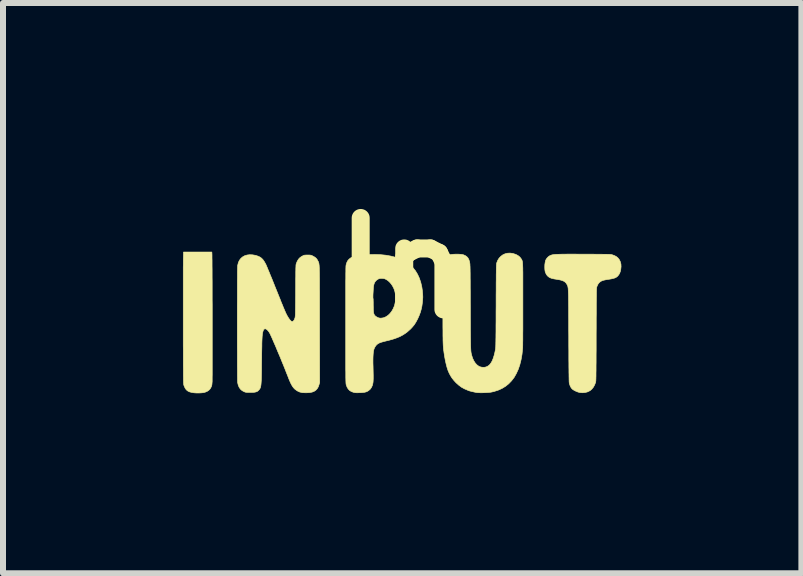
<source format=kicad_pcb>
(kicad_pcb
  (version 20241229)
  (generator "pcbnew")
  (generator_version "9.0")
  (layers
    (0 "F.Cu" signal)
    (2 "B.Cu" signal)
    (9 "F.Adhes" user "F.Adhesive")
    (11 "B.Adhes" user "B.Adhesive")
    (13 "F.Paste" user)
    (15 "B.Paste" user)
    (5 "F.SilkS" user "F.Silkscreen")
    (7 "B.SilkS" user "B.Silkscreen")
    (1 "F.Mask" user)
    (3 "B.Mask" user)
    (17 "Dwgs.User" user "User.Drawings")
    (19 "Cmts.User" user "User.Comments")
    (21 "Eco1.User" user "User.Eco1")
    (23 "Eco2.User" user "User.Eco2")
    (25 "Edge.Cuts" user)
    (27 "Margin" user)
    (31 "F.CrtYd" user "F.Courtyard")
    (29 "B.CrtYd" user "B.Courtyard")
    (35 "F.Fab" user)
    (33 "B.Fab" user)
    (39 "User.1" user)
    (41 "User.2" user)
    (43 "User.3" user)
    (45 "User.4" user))
  (footprint "In"
    (layer "F.Cu")
    (at 3.652 1.418)
    (property "Reference" "In" (at 0 0 0) (layer "F.SilkS") (effects (font (size 1.524 1.524) (thickness 0.3))))
    (attr through_hole)
    (fp_poly (pts (xy -3.169 -0.244) (xy -3.169 -0.236) (xy -3.168 -0.22) (xy -3.168 -0.196) (xy -3.168 -0.165) (xy -3.167 -0.127) (xy -3.167 -0.082) (xy -3.167 -0.032) (xy -3.166 0.024) (xy -3.166 0.085) (xy -3.166 0.151) (xy -3.165 0.22) (xy -3.165 0.293) (xy -3.165 0.369) (xy -3.165 0.448) (xy -3.165 0.529) (xy -3.164 0.612) (xy -3.164 0.696) (xy -3.164 0.78) (xy -3.164 0.865) (xy -3.164 0.95) (xy -3.164 1.034) (xy -3.164 1.117) (xy -3.164 1.198) (xy -3.164 1.277) (xy -3.164 1.354) (xy -3.164 1.427) (xy -3.164 1.497) (xy -3.164 1.564) (xy -3.164 1.625) (xy -3.164 1.682) (xy -3.164 1.733) (xy -3.164 1.779) (xy -3.165 1.818) (xy -3.165 1.85) (xy -3.165 1.875) (xy -3.165 1.893) (xy -3.166 1.902) (xy -3.166 1.902) (xy -3.168 1.927) (xy -3.17 1.946) (xy -3.173 1.961) (xy -3.178 1.973) (xy -3.183 1.986) (xy -3.199 2.014) (xy -3.22 2.036) (xy -3.247 2.055) (xy -3.28 2.069) (xy -3.293 2.073) (xy -3.311 2.077) (xy -3.335 2.08) (xy -3.363 2.082) (xy -3.394 2.083) (xy -3.425 2.083) (xy -3.454 2.081) (xy -3.468 2.08) (xy -3.511 2.073) (xy -3.546 2.063) (xy -3.575 2.048) (xy -3.598 2.028) (xy -3.616 2.002) (xy -3.631 1.97) (xy -3.638 1.951) (xy -3.639 1.948) (xy -3.639 1.944) (xy -3.64 1.939) (xy -3.641 1.933) (xy -3.641 1.925) (xy -3.642 1.915) (xy -3.643 1.903) (xy -3.643 1.888) (xy -3.644 1.87) (xy -3.644 1.849) (xy -3.644 1.824) (xy -3.645 1.795) (xy -3.645 1.761) (xy -3.645 1.723) (xy -3.645 1.679) (xy -3.646 1.63) (xy -3.646 1.575) (xy -3.646 1.514) (xy -3.646 1.447) (xy -3.646 1.372) (xy -3.647 1.29) (xy -3.647 1.201) (xy -3.647 1.103) (xy -3.647 0.997) (xy -3.647 0.966) (xy -3.647 0.873) (xy -3.647 0.781) (xy -3.647 0.69) (xy -3.647 0.602) (xy -3.647 0.517) (xy -3.647 0.435) (xy -3.647 0.356) (xy -3.647 0.281) (xy -3.647 0.211) (xy -3.647 0.146) (xy -3.647 0.086) (xy -3.647 0.032) (xy -3.647 -0.015) (xy -3.646 -0.056) (xy -3.646 -0.089) (xy -3.646 -0.114) (xy -3.646 -0.13) (xy -3.643 -0.267) (xy -3.171 -0.267) (xy -3.169 -0.244)) (stroke (width 0.01) (type solid)) (fill yes) (layer "F.SilkS"))
    (fp_poly (pts (xy 2.879 -0.232) (xy 2.948 -0.231) (xy 3.025 -0.231) (xy 3.037 -0.231) (xy 3.109 -0.231) (xy 3.173 -0.231) (xy 3.229 -0.23) (xy 3.278 -0.23) (xy 3.321 -0.23) (xy 3.357 -0.229) (xy 3.388 -0.229) (xy 3.413 -0.229) (xy 3.435 -0.228) (xy 3.452 -0.228) (xy 3.466 -0.227) (xy 3.477 -0.226) (xy 3.485 -0.225) (xy 3.492 -0.224) (xy 3.497 -0.223) (xy 3.501 -0.222) (xy 3.542 -0.207) (xy 3.575 -0.189) (xy 3.602 -0.165) (xy 3.622 -0.139) (xy 3.639 -0.104) (xy 3.649 -0.065) (xy 3.651 -0.022) (xy 3.646 0.023) (xy 3.638 0.059) (xy 3.627 0.088) (xy 3.613 0.112) (xy 3.6 0.128) (xy 3.587 0.142) (xy 3.573 0.152) (xy 3.558 0.161) (xy 3.54 0.168) (xy 3.517 0.174) (xy 3.488 0.181) (xy 3.452 0.187) (xy 3.444 0.188) (xy 3.416 0.192) (xy 3.39 0.197) (xy 3.368 0.202) (xy 3.351 0.206) (xy 3.341 0.209) (xy 3.31 0.224) (xy 3.285 0.245) (xy 3.265 0.272) (xy 3.25 0.305) (xy 3.246 0.318) (xy 3.245 0.321) (xy 3.244 0.326) (xy 3.243 0.333) (xy 3.243 0.342) (xy 3.242 0.353) (xy 3.241 0.368) (xy 3.241 0.385) (xy 3.24 0.407) (xy 3.24 0.433) (xy 3.24 0.463) (xy 3.239 0.498) (xy 3.239 0.538) (xy 3.238 0.584) (xy 3.238 0.636) (xy 3.238 0.695) (xy 3.238 0.76) (xy 3.237 0.833) (xy 3.237 0.913) (xy 3.237 1) (xy 3.236 1.097) (xy 3.236 1.11) (xy 3.236 1.207) (xy 3.236 1.295) (xy 3.236 1.375) (xy 3.235 1.448) (xy 3.235 1.514) (xy 3.235 1.573) (xy 3.234 1.625) (xy 3.234 1.671) (xy 3.234 1.712) (xy 3.233 1.747) (xy 3.233 1.778) (xy 3.233 1.804) (xy 3.232 1.827) (xy 3.232 1.845) (xy 3.231 1.86) (xy 3.231 1.873) (xy 3.23 1.883) (xy 3.229 1.891) (xy 3.228 1.897) (xy 3.228 1.902) (xy 3.227 1.905) (xy 3.226 1.907) (xy 3.21 1.949) (xy 3.189 1.987) (xy 3.163 2.019) (xy 3.134 2.044) (xy 3.126 2.048) (xy 3.091 2.065) (xy 3.052 2.075) (xy 3.01 2.079) (xy 2.969 2.076) (xy 2.968 2.076) (xy 2.934 2.068) (xy 2.901 2.055) (xy 2.87 2.04) (xy 2.844 2.023) (xy 2.83 2.01) (xy 2.813 1.986) (xy 2.799 1.956) (xy 2.789 1.923) (xy 2.787 1.917) (xy 2.787 1.911) (xy 2.786 1.903) (xy 2.785 1.891) (xy 2.785 1.876) (xy 2.784 1.858) (xy 2.784 1.835) (xy 2.783 1.807) (xy 2.783 1.775) (xy 2.782 1.737) (xy 2.782 1.693) (xy 2.781 1.644) (xy 2.781 1.588) (xy 2.78 1.526) (xy 2.78 1.456) (xy 2.78 1.379) (xy 2.779 1.295) (xy 2.779 1.202) (xy 2.779 1.132) (xy 2.778 1.034) (xy 2.778 0.943) (xy 2.778 0.861) (xy 2.777 0.787) (xy 2.777 0.719) (xy 2.777 0.659) (xy 2.776 0.604) (xy 2.776 0.556) (xy 2.775 0.513) (xy 2.775 0.476) (xy 2.774 0.443) (xy 2.773 0.415) (xy 2.772 0.391) (xy 2.771 0.37) (xy 2.77 0.353) (xy 2.769 0.338) (xy 2.767 0.326) (xy 2.765 0.316) (xy 2.764 0.308) (xy 2.762 0.301) (xy 2.759 0.294) (xy 2.757 0.288) (xy 2.754 0.283) (xy 2.751 0.277) (xy 2.737 0.254) (xy 2.719 0.235) (xy 2.697 0.22) (xy 2.668 0.208) (xy 2.633 0.198) (xy 2.606 0.193) (xy 2.582 0.189) (xy 2.558 0.185) (xy 2.537 0.182) (xy 2.523 0.179) (xy 2.484 0.169) (xy 2.451 0.153) (xy 2.423 0.13) (xy 2.403 0.102) (xy 2.388 0.067) (xy 2.384 0.051) (xy 2.38 0.02) (xy 2.379 -0.017) (xy 2.38 -0.055) (xy 2.385 -0.091) (xy 2.392 -0.124) (xy 2.394 -0.128) (xy 2.403 -0.147) (xy 2.418 -0.167) (xy 2.435 -0.185) (xy 2.453 -0.199) (xy 2.458 -0.202) (xy 2.467 -0.207) (xy 2.477 -0.211) (xy 2.486 -0.215) (xy 2.497 -0.218) (xy 2.508 -0.221) (xy 2.522 -0.223) (xy 2.538 -0.225) (xy 2.557 -0.227) (xy 2.58 -0.228) (xy 2.606 -0.229) (xy 2.638 -0.23) (xy 2.674 -0.231) (xy 2.715 -0.231) (xy 2.763 -0.232) (xy 2.817 -0.232) (xy 2.879 -0.232)) (stroke (width 0.01) (type solid)) (fill yes) (layer "F.SilkS"))
    (fp_poly (pts (xy -0.361 -0.223) (xy -0.272 -0.214) (xy -0.187 -0.199) (xy -0.108 -0.179) (xy -0.035 -0.153) (xy 0.033 -0.121) (xy 0.079 -0.094) (xy 0.133 -0.055) (xy 0.18 -0.008) (xy 0.222 0.044) (xy 0.258 0.103) (xy 0.288 0.168) (xy 0.312 0.239) (xy 0.33 0.316) (xy 0.339 0.379) (xy 0.344 0.434) (xy 0.346 0.484) (xy 0.343 0.536) (xy 0.339 0.576) (xy 0.331 0.636) (xy 0.319 0.69) (xy 0.304 0.742) (xy 0.284 0.795) (xy 0.259 0.851) (xy 0.258 0.852) (xy 0.232 0.901) (xy 0.204 0.945) (xy 0.172 0.984) (xy 0.134 1.024) (xy 0.13 1.027) (xy 0.091 1.062) (xy 0.051 1.092) (xy 0.008 1.119) (xy -0.039 1.144) (xy -0.091 1.165) (xy -0.149 1.185) (xy -0.213 1.203) (xy -0.263 1.215) (xy -0.303 1.225) (xy -0.335 1.234) (xy -0.361 1.242) (xy -0.382 1.251) (xy -0.399 1.26) (xy -0.414 1.271) (xy -0.427 1.283) (xy -0.44 1.299) (xy -0.451 1.316) (xy -0.461 1.335) (xy -0.469 1.356) (xy -0.475 1.381) (xy -0.479 1.41) (xy -0.482 1.445) (xy -0.484 1.484) (xy -0.485 1.531) (xy -0.485 1.584) (xy -0.483 1.646) (xy -0.483 1.647) (xy -0.482 1.7) (xy -0.481 1.746) (xy -0.48 1.785) (xy -0.48 1.817) (xy -0.48 1.844) (xy -0.481 1.866) (xy -0.482 1.885) (xy -0.483 1.9) (xy -0.485 1.914) (xy -0.486 1.92) (xy -0.495 1.957) (xy -0.51 1.99) (xy -0.529 2.018) (xy -0.537 2.025) (xy -0.556 2.042) (xy -0.575 2.054) (xy -0.597 2.064) (xy -0.623 2.071) (xy -0.654 2.075) (xy -0.692 2.078) (xy -0.709 2.078) (xy -0.737 2.079) (xy -0.759 2.079) (xy -0.775 2.078) (xy -0.789 2.076) (xy -0.803 2.073) (xy -0.809 2.072) (xy -0.845 2.059) (xy -0.874 2.041) (xy -0.897 2.017) (xy -0.916 1.986) (xy -0.93 1.949) (xy -0.932 1.941) (xy -0.933 1.937) (xy -0.933 1.933) (xy -0.934 1.927) (xy -0.935 1.92) (xy -0.935 1.912) (xy -0.936 1.901) (xy -0.936 1.887) (xy -0.937 1.871) (xy -0.937 1.852) (xy -0.938 1.829) (xy -0.938 1.802) (xy -0.938 1.771) (xy -0.938 1.735) (xy -0.939 1.695) (xy -0.939 1.649) (xy -0.939 1.598) (xy -0.939 1.54) (xy -0.939 1.476) (xy -0.939 1.406) (xy -0.939 1.328) (xy -0.939 1.244) (xy -0.939 1.151) (xy -0.939 1.05) (xy -0.939 0.946) (xy -0.939 0.834) (xy -0.939 0.731) (xy -0.939 0.635) (xy -0.939 0.548) (xy -0.939 0.483) (xy -0.485 0.483) (xy -0.485 0.498) (xy -0.484 0.506) (xy -0.483 0.507) (xy -0.482 0.512) (xy -0.481 0.525) (xy -0.481 0.544) (xy -0.48 0.568) (xy -0.48 0.595) (xy -0.48 0.617) (xy -0.479 0.658) (xy -0.479 0.691) (xy -0.477 0.718) (xy -0.475 0.739) (xy -0.472 0.755) (xy -0.467 0.769) (xy -0.462 0.78) (xy -0.455 0.79) (xy -0.453 0.792) (xy -0.436 0.807) (xy -0.413 0.821) (xy -0.387 0.832) (xy -0.385 0.832) (xy -0.363 0.836) (xy -0.337 0.834) (xy -0.308 0.829) (xy -0.305 0.828) (xy -0.268 0.812) (xy -0.232 0.788) (xy -0.2 0.757) (xy -0.172 0.721) (xy -0.148 0.679) (xy -0.129 0.634) (xy -0.121 0.606) (xy -0.112 0.562) (xy -0.109 0.514) (xy -0.109 0.465) (xy -0.114 0.419) (xy -0.12 0.39) (xy -0.135 0.345) (xy -0.156 0.303) (xy -0.181 0.265) (xy -0.21 0.232) (xy -0.241 0.205) (xy -0.272 0.187) (xy -0.287 0.18) (xy -0.301 0.176) (xy -0.316 0.174) (xy -0.336 0.173) (xy -0.338 0.173) (xy -0.357 0.173) (xy -0.372 0.175) (xy -0.384 0.178) (xy -0.397 0.184) (xy -0.401 0.186) (xy -0.427 0.204) (xy -0.443 0.221) (xy -0.453 0.235) (xy -0.46 0.248) (xy -0.466 0.264) (xy -0.471 0.282) (xy -0.475 0.304) (xy -0.478 0.331) (xy -0.48 0.365) (xy -0.482 0.401) (xy -0.484 0.433) (xy -0.485 0.461) (xy -0.485 0.483) (xy -0.939 0.483) (xy -0.939 0.468) (xy -0.939 0.395) (xy -0.939 0.329) (xy -0.939 0.27) (xy -0.939 0.217) (xy -0.938 0.17) (xy -0.938 0.128) (xy -0.938 0.092) (xy -0.937 0.06) (xy -0.937 0.034) (xy -0.937 0.011) (xy -0.936 -0.007) (xy -0.936 -0.022) (xy -0.935 -0.033) (xy -0.934 -0.041) (xy -0.934 -0.047) (xy -0.934 -0.048) (xy -0.922 -0.088) (xy -0.906 -0.121) (xy -0.883 -0.148) (xy -0.854 -0.17) (xy -0.818 -0.188) (xy -0.808 -0.191) (xy -0.783 -0.199) (xy -0.748 -0.205) (xy -0.706 -0.211) (xy -0.655 -0.217) (xy -0.596 -0.221) (xy -0.553 -0.224) (xy -0.455 -0.226) (xy -0.361 -0.223)) (stroke (width 0.01) (type solid)) (fill yes) (layer "F.SilkS"))
    (fp_poly (pts (xy 1.846 -0.243) (xy 1.853 -0.241) (xy 1.897 -0.227) (xy 1.934 -0.207) (xy 1.964 -0.183) (xy 1.986 -0.154) (xy 1.988 -0.151) (xy 1.991 -0.146) (xy 1.995 -0.14) (xy 1.997 -0.135) (xy 2 -0.129) (xy 2.002 -0.123) (xy 2.004 -0.116) (xy 2.006 -0.107) (xy 2.008 -0.096) (xy 2.009 -0.082) (xy 2.01 -0.066) (xy 2.011 -0.046) (xy 2.012 -0.023) (xy 2.013 0.004) (xy 2.013 0.036) (xy 2.014 0.073) (xy 2.014 0.115) (xy 2.014 0.163) (xy 2.014 0.217) (xy 2.014 0.277) (xy 2.014 0.345) (xy 2.014 0.42) (xy 2.014 0.503) (xy 2.014 0.595) (xy 2.014 0.604) (xy 2.014 0.7) (xy 2.014 0.79) (xy 2.014 0.874) (xy 2.014 0.952) (xy 2.014 1.024) (xy 2.013 1.09) (xy 2.013 1.148) (xy 2.013 1.2) (xy 2.012 1.244) (xy 2.012 1.281) (xy 2.011 1.309) (xy 2.011 1.329) (xy 2.01 1.34) (xy 2 1.438) (xy 1.984 1.529) (xy 1.963 1.613) (xy 1.937 1.689) (xy 1.905 1.759) (xy 1.869 1.823) (xy 1.826 1.879) (xy 1.779 1.928) (xy 1.726 1.971) (xy 1.667 2.007) (xy 1.603 2.036) (xy 1.534 2.058) (xy 1.495 2.067) (xy 1.472 2.071) (xy 1.443 2.074) (xy 1.409 2.076) (xy 1.372 2.078) (xy 1.336 2.079) (xy 1.301 2.079) (xy 1.271 2.077) (xy 1.248 2.076) (xy 1.22 2.071) (xy 1.188 2.064) (xy 1.154 2.056) (xy 1.123 2.048) (xy 1.099 2.039) (xy 1.043 2.015) (xy 0.993 1.988) (xy 0.947 1.954) (xy 0.902 1.914) (xy 0.898 1.91) (xy 0.865 1.874) (xy 0.835 1.837) (xy 0.81 1.798) (xy 0.787 1.756) (xy 0.767 1.71) (xy 0.75 1.658) (xy 0.735 1.601) (xy 0.721 1.538) (xy 0.708 1.467) (xy 0.705 1.447) (xy 0.702 1.427) (xy 0.699 1.408) (xy 0.697 1.39) (xy 0.694 1.373) (xy 0.692 1.355) (xy 0.69 1.338) (xy 0.689 1.32) (xy 0.687 1.3) (xy 0.686 1.279) (xy 0.685 1.256) (xy 0.684 1.229) (xy 0.683 1.2) (xy 0.683 1.167) (xy 0.682 1.129) (xy 0.682 1.087) (xy 0.682 1.04) (xy 0.681 0.987) (xy 0.681 0.928) (xy 0.681 0.862) (xy 0.681 0.789) (xy 0.681 0.709) (xy 0.681 0.621) (xy 0.681 0.58) (xy 0.681 0.491) (xy 0.681 0.41) (xy 0.681 0.336) (xy 0.681 0.271) (xy 0.681 0.212) (xy 0.681 0.16) (xy 0.681 0.114) (xy 0.682 0.074) (xy 0.682 0.039) (xy 0.682 0.009) (xy 0.682 -0.016) (xy 0.683 -0.037) (xy 0.683 -0.055) (xy 0.684 -0.069) (xy 0.684 -0.081) (xy 0.685 -0.09) (xy 0.686 -0.098) (xy 0.687 -0.104) (xy 0.688 -0.109) (xy 0.689 -0.113) (xy 0.689 -0.114) (xy 0.695 -0.131) (xy 0.701 -0.148) (xy 0.705 -0.158) (xy 0.718 -0.177) (xy 0.737 -0.195) (xy 0.758 -0.209) (xy 0.773 -0.216) (xy 0.799 -0.222) (xy 0.829 -0.227) (xy 0.864 -0.23) (xy 0.9 -0.231) (xy 0.936 -0.231) (xy 0.97 -0.229) (xy 0.999 -0.226) (xy 1.022 -0.221) (xy 1.025 -0.22) (xy 1.056 -0.206) (xy 1.08 -0.189) (xy 1.099 -0.168) (xy 1.114 -0.14) (xy 1.125 -0.106) (xy 1.128 -0.089) (xy 1.129 -0.084) (xy 1.13 -0.077) (xy 1.131 -0.07) (xy 1.132 -0.06) (xy 1.132 -0.049) (xy 1.133 -0.035) (xy 1.134 -0.019) (xy 1.134 0.001) (xy 1.135 0.025) (xy 1.135 0.053) (xy 1.136 0.086) (xy 1.136 0.123) (xy 1.136 0.166) (xy 1.137 0.215) (xy 1.137 0.27) (xy 1.137 0.331) (xy 1.138 0.4) (xy 1.138 0.476) (xy 1.138 0.56) (xy 1.139 0.65) (xy 1.139 0.744) (xy 1.139 0.829) (xy 1.14 0.906) (xy 1.14 0.976) (xy 1.14 1.039) (xy 1.141 1.095) (xy 1.141 1.145) (xy 1.142 1.189) (xy 1.142 1.228) (xy 1.143 1.262) (xy 1.143 1.292) (xy 1.144 1.318) (xy 1.145 1.34) (xy 1.146 1.359) (xy 1.147 1.375) (xy 1.148 1.389) (xy 1.15 1.401) (xy 1.151 1.412) (xy 1.153 1.422) (xy 1.155 1.431) (xy 1.157 1.44) (xy 1.16 1.449) (xy 1.162 1.458) (xy 1.177 1.505) (xy 1.197 1.547) (xy 1.22 1.583) (xy 1.246 1.612) (xy 1.275 1.634) (xy 1.287 1.641) (xy 1.316 1.651) (xy 1.348 1.655) (xy 1.38 1.654) (xy 1.406 1.647) (xy 1.434 1.633) (xy 1.459 1.613) (xy 1.481 1.585) (xy 1.501 1.551) (xy 1.518 1.51) (xy 1.534 1.46) (xy 1.548 1.403) (xy 1.558 1.351) (xy 1.559 1.345) (xy 1.559 1.337) (xy 1.56 1.328) (xy 1.561 1.317) (xy 1.562 1.304) (xy 1.562 1.288) (xy 1.563 1.269) (xy 1.563 1.246) (xy 1.564 1.22) (xy 1.564 1.189) (xy 1.565 1.153) (xy 1.565 1.111) (xy 1.566 1.064) (xy 1.566 1.011) (xy 1.566 0.952) (xy 1.567 0.885) (xy 1.567 0.811) (xy 1.567 0.729) (xy 1.568 0.639) (xy 1.568 0.624) (xy 1.568 0.533) (xy 1.568 0.451) (xy 1.569 0.376) (xy 1.569 0.309) (xy 1.569 0.249) (xy 1.57 0.196) (xy 1.57 0.149) (xy 1.57 0.108) (xy 1.571 0.072) (xy 1.571 0.041) (xy 1.572 0.015) (xy 1.572 -0.008) (xy 1.573 -0.026) (xy 1.573 -0.041) (xy 1.574 -0.053) (xy 1.575 -0.063) (xy 1.575 -0.07) (xy 1.576 -0.076) (xy 1.577 -0.081) (xy 1.578 -0.085) (xy 1.578 -0.085) (xy 1.595 -0.128) (xy 1.618 -0.165) (xy 1.647 -0.195) (xy 1.68 -0.22) (xy 1.717 -0.237) (xy 1.758 -0.247) (xy 1.801 -0.249) (xy 1.846 -0.243)) (stroke (width 0.01) (type solid)) (fill yes) (layer "F.SilkS"))
    (fp_poly (pts (xy -2.492 -0.22) (xy -2.441 -0.211) (xy -2.438 -0.21) (xy -2.401 -0.198) (xy -2.369 -0.183) (xy -2.342 -0.164) (xy -2.318 -0.139) (xy -2.296 -0.107) (xy -2.274 -0.068) (xy -2.274 -0.068) (xy -2.267 -0.054) (xy -2.258 -0.033) (xy -2.246 -0.005) (xy -2.232 0.03) (xy -2.214 0.072) (xy -2.194 0.122) (xy -2.17 0.179) (xy -2.144 0.244) (xy -2.115 0.317) (xy -2.082 0.398) (xy -2.056 0.463) (xy -2.032 0.522) (xy -2.012 0.574) (xy -1.993 0.618) (xy -1.978 0.657) (xy -1.964 0.689) (xy -1.952 0.717) (xy -1.942 0.74) (xy -1.933 0.76) (xy -1.924 0.777) (xy -1.917 0.791) (xy -1.913 0.798) (xy -1.892 0.833) (xy -1.873 0.859) (xy -1.857 0.878) (xy -1.842 0.889) (xy -1.829 0.892) (xy -1.82 0.889) (xy -1.807 0.878) (xy -1.795 0.859) (xy -1.786 0.834) (xy -1.784 0.828) (xy -1.783 0.822) (xy -1.782 0.816) (xy -1.781 0.808) (xy -1.78 0.797) (xy -1.779 0.784) (xy -1.778 0.768) (xy -1.778 0.748) (xy -1.777 0.724) (xy -1.777 0.695) (xy -1.776 0.66) (xy -1.776 0.62) (xy -1.775 0.573) (xy -1.775 0.519) (xy -1.774 0.457) (xy -1.774 0.387) (xy -1.774 0.374) (xy -1.773 0.304) (xy -1.773 0.242) (xy -1.773 0.187) (xy -1.772 0.14) (xy -1.772 0.099) (xy -1.772 0.064) (xy -1.771 0.035) (xy -1.771 0.01) (xy -1.77 -0.01) (xy -1.769 -0.026) (xy -1.769 -0.039) (xy -1.768 -0.049) (xy -1.767 -0.058) (xy -1.766 -0.064) (xy -1.765 -0.069) (xy -1.763 -0.074) (xy -1.762 -0.079) (xy -1.761 -0.079) (xy -1.75 -0.106) (xy -1.736 -0.132) (xy -1.719 -0.156) (xy -1.701 -0.174) (xy -1.7 -0.175) (xy -1.687 -0.184) (xy -1.671 -0.195) (xy -1.655 -0.203) (xy -1.643 -0.209) (xy -1.632 -0.213) (xy -1.622 -0.215) (xy -1.608 -0.216) (xy -1.59 -0.217) (xy -1.574 -0.217) (xy -1.552 -0.217) (xy -1.536 -0.216) (xy -1.523 -0.214) (xy -1.513 -0.212) (xy -1.501 -0.207) (xy -1.489 -0.201) (xy -1.46 -0.185) (xy -1.437 -0.168) (xy -1.419 -0.148) (xy -1.405 -0.123) (xy -1.404 -0.121) (xy -1.401 -0.115) (xy -1.398 -0.11) (xy -1.395 -0.105) (xy -1.393 -0.1) (xy -1.391 -0.094) (xy -1.389 -0.087) (xy -1.387 -0.08) (xy -1.385 -0.071) (xy -1.384 -0.06) (xy -1.382 -0.047) (xy -1.381 -0.031) (xy -1.38 -0.013) (xy -1.379 0.009) (xy -1.379 0.034) (xy -1.378 0.063) (xy -1.377 0.097) (xy -1.377 0.135) (xy -1.376 0.178) (xy -1.376 0.226) (xy -1.376 0.28) (xy -1.376 0.34) (xy -1.375 0.407) (xy -1.375 0.48) (xy -1.375 0.56) (xy -1.375 0.648) (xy -1.375 0.743) (xy -1.375 0.847) (xy -1.375 0.939) (xy -1.373 1.907) (xy -1.383 1.942) (xy -1.396 1.98) (xy -1.414 2.011) (xy -1.437 2.036) (xy -1.465 2.055) (xy -1.498 2.068) (xy -1.538 2.076) (xy -1.585 2.079) (xy -1.598 2.079) (xy -1.62 2.079) (xy -1.639 2.078) (xy -1.655 2.078) (xy -1.662 2.077) (xy -1.706 2.067) (xy -1.745 2.049) (xy -1.781 2.024) (xy -1.796 2.01) (xy -1.811 1.993) (xy -1.825 1.974) (xy -1.839 1.951) (xy -1.854 1.923) (xy -1.869 1.89) (xy -1.886 1.85) (xy -1.904 1.803) (xy -1.913 1.78) (xy -1.927 1.746) (xy -1.942 1.707) (xy -1.959 1.664) (xy -1.978 1.617) (xy -1.998 1.569) (xy -2.018 1.519) (xy -2.039 1.468) (xy -2.061 1.417) (xy -2.082 1.367) (xy -2.102 1.318) (xy -2.122 1.272) (xy -2.141 1.229) (xy -2.158 1.189) (xy -2.173 1.155) (xy -2.187 1.125) (xy -2.197 1.102) (xy -2.206 1.086) (xy -2.209 1.081) (xy -2.221 1.061) (xy -2.236 1.043) (xy -2.251 1.028) (xy -2.265 1.018) (xy -2.269 1.016) (xy -2.283 1.013) (xy -2.295 1.016) (xy -2.306 1.027) (xy -2.315 1.045) (xy -2.322 1.07) (xy -2.328 1.104) (xy -2.332 1.145) (xy -2.334 1.185) (xy -2.335 1.203) (xy -2.336 1.229) (xy -2.337 1.262) (xy -2.337 1.301) (xy -2.338 1.344) (xy -2.339 1.391) (xy -2.34 1.441) (xy -2.34 1.492) (xy -2.341 1.544) (xy -2.341 1.55) (xy -2.342 1.622) (xy -2.342 1.686) (xy -2.343 1.742) (xy -2.344 1.79) (xy -2.345 1.833) (xy -2.346 1.869) (xy -2.348 1.9) (xy -2.35 1.926) (xy -2.352 1.948) (xy -2.355 1.966) (xy -2.358 1.981) (xy -2.362 1.994) (xy -2.366 2.004) (xy -2.371 2.013) (xy -2.376 2.021) (xy -2.383 2.029) (xy -2.386 2.032) (xy -2.399 2.046) (xy -2.412 2.056) (xy -2.428 2.063) (xy -2.446 2.068) (xy -2.469 2.072) (xy -2.498 2.073) (xy -2.529 2.073) (xy -2.557 2.073) (xy -2.578 2.073) (xy -2.593 2.072) (xy -2.605 2.071) (xy -2.615 2.068) (xy -2.625 2.065) (xy -2.629 2.063) (xy -2.664 2.045) (xy -2.692 2.021) (xy -2.714 1.991) (xy -2.73 1.955) (xy -2.74 1.913) (xy -2.741 1.908) (xy -2.742 1.899) (xy -2.742 1.884) (xy -2.743 1.861) (xy -2.743 1.831) (xy -2.744 1.793) (xy -2.744 1.748) (xy -2.744 1.695) (xy -2.745 1.634) (xy -2.745 1.564) (xy -2.745 1.487) (xy -2.745 1.402) (xy -2.746 1.308) (xy -2.746 1.206) (xy -2.746 1.096) (xy -2.746 0.976) (xy -2.746 0.929) (xy -2.746 0.819) (xy -2.746 0.718) (xy -2.746 0.624) (xy -2.745 0.539) (xy -2.745 0.46) (xy -2.745 0.389) (xy -2.745 0.325) (xy -2.745 0.267) (xy -2.745 0.215) (xy -2.744 0.169) (xy -2.744 0.129) (xy -2.744 0.093) (xy -2.744 0.063) (xy -2.743 0.036) (xy -2.743 0.014) (xy -2.742 -0.004) (xy -2.742 -0.019) (xy -2.741 -0.031) (xy -2.741 -0.04) (xy -2.74 -0.046) (xy -2.739 -0.049) (xy -2.728 -0.093) (xy -2.71 -0.13) (xy -2.686 -0.161) (xy -2.657 -0.186) (xy -2.623 -0.205) (xy -2.583 -0.217) (xy -2.54 -0.222) (xy -2.492 -0.22)) (stroke (width 0.01) (type solid)) (fill yes) (layer "F.SilkS")))
  (gr_rect
    (start -3 -3)
    (end 10.309 6.506)
    (stroke (width 0.1) (type default))
    (fill no)
    (layer "Edge.Cuts")))
</source>
